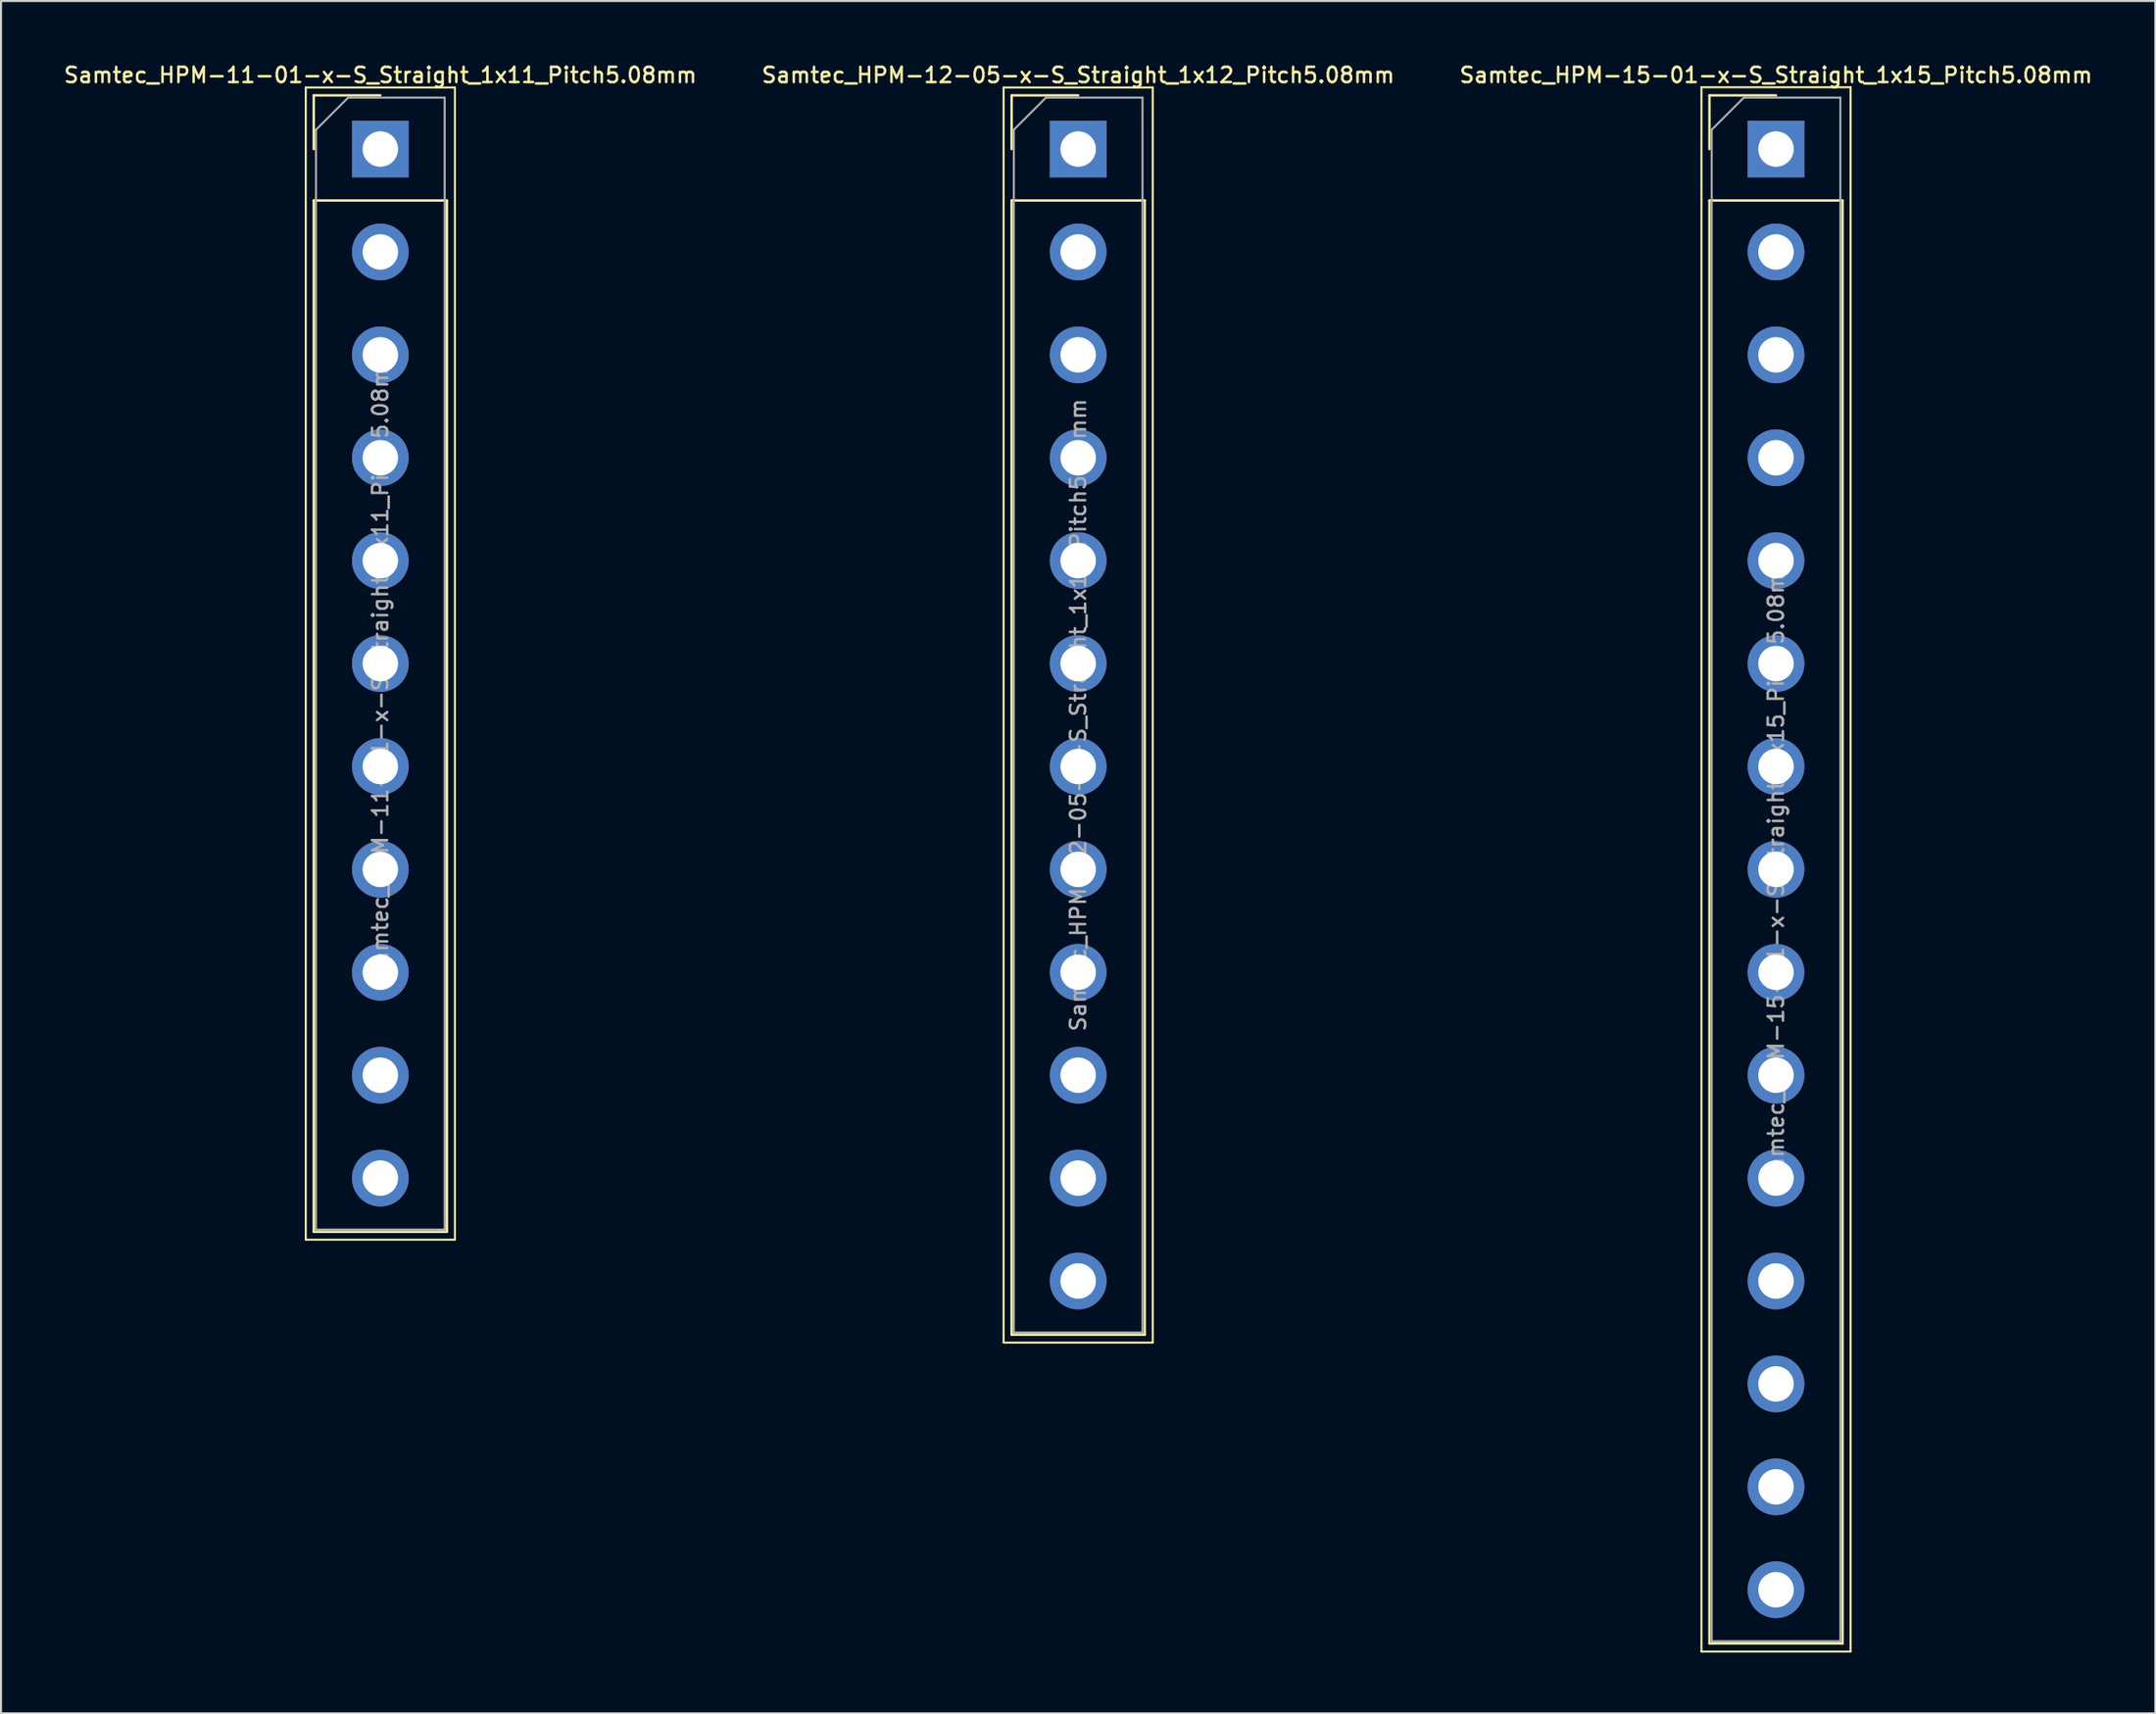
<source format=kicad_pcb>
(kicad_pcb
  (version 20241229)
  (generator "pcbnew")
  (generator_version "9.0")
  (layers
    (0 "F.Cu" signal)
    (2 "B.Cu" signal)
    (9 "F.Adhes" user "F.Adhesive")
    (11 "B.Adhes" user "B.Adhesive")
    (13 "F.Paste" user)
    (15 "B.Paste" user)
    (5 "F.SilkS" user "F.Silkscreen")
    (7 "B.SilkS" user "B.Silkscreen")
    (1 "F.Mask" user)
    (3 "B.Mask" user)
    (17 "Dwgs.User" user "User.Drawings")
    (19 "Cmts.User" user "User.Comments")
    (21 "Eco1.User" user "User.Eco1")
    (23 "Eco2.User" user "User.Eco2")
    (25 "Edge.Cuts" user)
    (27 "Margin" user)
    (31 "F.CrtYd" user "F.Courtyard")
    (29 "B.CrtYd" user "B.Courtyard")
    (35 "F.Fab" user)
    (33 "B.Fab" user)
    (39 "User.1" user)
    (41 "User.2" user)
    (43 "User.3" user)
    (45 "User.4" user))
  (footprint "Samtec_HPM-11-01-x-S_Straight_1x11_Pitch5.08mm"
    (layer "F.Cu")
    (at 15.72 4.308)
    (property "Reference" "Samtec_HPM-11-01-x-S_Straight_1x11_Pitch5.08mm" (at 0 -3.65 0) (layer "F.SilkS") (effects (font (size 0.75 0.75) (thickness 0.125))))
    (attr through_hole)
    (fp_line (start -3.68 -3.04) (end -3.68 53.84) (stroke (width 0.1) (type solid)) (layer "F.SilkS"))
    (fp_line (start -3.68 53.84) (end 3.68 53.84) (stroke (width 0.1) (type solid)) (layer "F.SilkS"))
    (fp_line (start -3.285 -2.65) (end 0 -2.65) (stroke (width 0.12) (type solid)) (layer "F.SilkS"))
    (fp_line (start -3.285 0) (end -3.285 -2.65) (stroke (width 0.12) (type solid)) (layer "F.SilkS"))
    (fp_line (start -3.285 2.54) (end -3.285 53.45) (stroke (width 0.12) (type solid)) (layer "F.SilkS"))
    (fp_line (start -3.285 2.54) (end 3.285 2.54) (stroke (width 0.12) (type solid)) (layer "F.SilkS"))
    (fp_line (start -3.285 53.45) (end 3.285 53.45) (stroke (width 0.12) (type solid)) (layer "F.SilkS"))
    (fp_line (start 3.285 2.54) (end 3.285 53.45) (stroke (width 0.12) (type solid)) (layer "F.SilkS"))
    (fp_line (start 3.68 -3.04) (end -3.68 -3.04) (stroke (width 0.1) (type solid)) (layer "F.SilkS"))
    (fp_line (start 3.68 53.84) (end 3.68 -3.04) (stroke (width 0.1) (type solid)) (layer "F.SilkS"))
    (fp_line (start -3.175 -0.953) (end -1.587 -2.54) (stroke (width 0.1) (type solid)) (layer "F.Fab"))
    (fp_line (start -3.175 53.34) (end -3.175 -0.953) (stroke (width 0.1) (type solid)) (layer "F.Fab"))
    (fp_line (start -1.587 -2.54) (end 3.175 -2.54) (stroke (width 0.1) (type solid)) (layer "F.Fab"))
    (fp_line (start 3.175 -2.54) (end 3.175 53.34) (stroke (width 0.1) (type solid)) (layer "F.Fab"))
    (fp_line (start 3.175 53.34) (end -3.175 53.34) (stroke (width 0.1) (type solid)) (layer "F.Fab"))
    (fp_text user "${REFERENCE}" (at 0 25.4 90) (layer "F.Fab") (effects (font (size 0.75 0.75) (thickness 0.125))))
    (pad "1" thru_hole rect (at 0 0) (size 2.8 2.8) (drill 1.75) (layers "*.Cu" "*.Mask"))
    (pad "2" thru_hole circle (at 0 5.08) (size 2.8 2.8) (drill 1.75) (layers "*.Cu" "*.Mask"))
    (pad "3" thru_hole circle (at 0 10.16) (size 2.8 2.8) (drill 1.75) (layers "*.Cu" "*.Mask"))
    (pad "4" thru_hole circle (at 0 15.24) (size 2.8 2.8) (drill 1.75) (layers "*.Cu" "*.Mask"))
    (pad "5" thru_hole circle (at 0 20.32) (size 2.8 2.8) (drill 1.75) (layers "*.Cu" "*.Mask"))
    (pad "6" thru_hole circle (at 0 25.4) (size 2.8 2.8) (drill 1.75) (layers "*.Cu" "*.Mask"))
    (pad "7" thru_hole circle (at 0 30.48) (size 2.8 2.8) (drill 1.75) (layers "*.Cu" "*.Mask"))
    (pad "8" thru_hole circle (at 0 35.56) (size 2.8 2.8) (drill 1.75) (layers "*.Cu" "*.Mask"))
    (pad "9" thru_hole circle (at 0 40.64) (size 2.8 2.8) (drill 1.75) (layers "*.Cu" "*.Mask"))
    (pad "10" thru_hole circle (at 0 45.72) (size 2.8 2.8) (drill 1.75) (layers "*.Cu" "*.Mask"))
    (pad "11" thru_hole circle (at 0 50.8) (size 2.8 2.8) (drill 1.75) (layers "*.Cu" "*.Mask")))
  (footprint "Samtec_HPM-15-01-x-S_Straight_1x15_Pitch5.08mm"
    (layer "F.Cu")
    (at 84.598 4.308)
    (property "Reference" "Samtec_HPM-15-01-x-S_Straight_1x15_Pitch5.08mm" (at 0 -3.65 0) (layer "F.SilkS") (effects (font (size 0.75 0.75) (thickness 0.125))))
    (attr through_hole)
    (fp_line (start -3.68 -3.05) (end -3.68 74.17) (stroke (width 0.1) (type solid)) (layer "F.SilkS"))
    (fp_line (start -3.68 74.17) (end 3.68 74.17) (stroke (width 0.1) (type solid)) (layer "F.SilkS"))
    (fp_line (start -3.285 -2.65) (end 0 -2.65) (stroke (width 0.12) (type solid)) (layer "F.SilkS"))
    (fp_line (start -3.285 0) (end -3.285 -2.65) (stroke (width 0.12) (type solid)) (layer "F.SilkS"))
    (fp_line (start -3.285 2.54) (end -3.285 73.77) (stroke (width 0.12) (type solid)) (layer "F.SilkS"))
    (fp_line (start -3.285 2.54) (end 3.285 2.54) (stroke (width 0.12) (type solid)) (layer "F.SilkS"))
    (fp_line (start -3.285 73.77) (end 3.285 73.77) (stroke (width 0.12) (type solid)) (layer "F.SilkS"))
    (fp_line (start 3.285 2.54) (end 3.285 73.77) (stroke (width 0.12) (type solid)) (layer "F.SilkS"))
    (fp_line (start 3.68 -3.05) (end -3.68 -3.05) (stroke (width 0.1) (type solid)) (layer "F.SilkS"))
    (fp_line (start 3.68 74.17) (end 3.68 -3.05) (stroke (width 0.1) (type solid)) (layer "F.SilkS"))
    (fp_line (start -3.175 -0.953) (end -1.587 -2.54) (stroke (width 0.1) (type solid)) (layer "F.Fab"))
    (fp_line (start -3.175 73.66) (end -3.175 -0.953) (stroke (width 0.1) (type solid)) (layer "F.Fab"))
    (fp_line (start -1.587 -2.54) (end 3.175 -2.54) (stroke (width 0.1) (type solid)) (layer "F.Fab"))
    (fp_line (start 3.175 -2.54) (end 3.175 73.66) (stroke (width 0.1) (type solid)) (layer "F.Fab"))
    (fp_line (start 3.175 73.66) (end -3.175 73.66) (stroke (width 0.1) (type solid)) (layer "F.Fab"))
    (fp_text user "${REFERENCE}" (at 0 35.56 90) (layer "F.Fab") (effects (font (size 0.75 0.75) (thickness 0.125))))
    (pad "1" thru_hole rect (at 0 0) (size 2.8 2.8) (drill 1.75) (layers "*.Cu" "*.Mask"))
    (pad "2" thru_hole circle (at 0 5.08) (size 2.8 2.8) (drill 1.75) (layers "*.Cu" "*.Mask"))
    (pad "3" thru_hole circle (at 0 10.16) (size 2.8 2.8) (drill 1.75) (layers "*.Cu" "*.Mask"))
    (pad "4" thru_hole circle (at 0 15.24) (size 2.8 2.8) (drill 1.75) (layers "*.Cu" "*.Mask"))
    (pad "5" thru_hole circle (at 0 20.32) (size 2.8 2.8) (drill 1.75) (layers "*.Cu" "*.Mask"))
    (pad "6" thru_hole circle (at 0 25.4) (size 2.8 2.8) (drill 1.75) (layers "*.Cu" "*.Mask"))
    (pad "7" thru_hole circle (at 0 30.48) (size 2.8 2.8) (drill 1.75) (layers "*.Cu" "*.Mask"))
    (pad "8" thru_hole circle (at 0 35.56) (size 2.8 2.8) (drill 1.75) (layers "*.Cu" "*.Mask"))
    (pad "9" thru_hole circle (at 0 40.64) (size 2.8 2.8) (drill 1.75) (layers "*.Cu" "*.Mask"))
    (pad "10" thru_hole circle (at 0 45.72) (size 2.8 2.8) (drill 1.75) (layers "*.Cu" "*.Mask"))
    (pad "11" thru_hole circle (at 0 50.8) (size 2.8 2.8) (drill 1.75) (layers "*.Cu" "*.Mask"))
    (pad "12" thru_hole circle (at 0 55.88) (size 2.8 2.8) (drill 1.75) (layers "*.Cu" "*.Mask"))
    (pad "13" thru_hole circle (at 0 60.96) (size 2.8 2.8) (drill 1.75) (layers "*.Cu" "*.Mask"))
    (pad "14" thru_hole circle (at 0 66.04) (size 2.8 2.8) (drill 1.75) (layers "*.Cu" "*.Mask"))
    (pad "15" thru_hole circle (at 0 71.12) (size 2.8 2.8) (drill 1.75) (layers "*.Cu" "*.Mask")))
  (footprint "Samtec_HPM-12-05-x-S_Straight_1x12_Pitch5.08mm"
    (layer "F.Cu")
    (at 50.159 4.308)
    (property "Reference" "Samtec_HPM-12-05-x-S_Straight_1x12_Pitch5.08mm" (at 0 -3.65 0) (layer "F.SilkS") (effects (font (size 0.75 0.75) (thickness 0.125))))
    (attr through_hole)
    (fp_line (start -3.68 -3.04) (end -3.68 58.92) (stroke (width 0.1) (type solid)) (layer "F.SilkS"))
    (fp_line (start -3.68 58.92) (end 3.68 58.92) (stroke (width 0.1) (type solid)) (layer "F.SilkS"))
    (fp_line (start -3.285 -2.65) (end 0 -2.65) (stroke (width 0.12) (type solid)) (layer "F.SilkS"))
    (fp_line (start -3.285 0) (end -3.285 -2.65) (stroke (width 0.12) (type solid)) (layer "F.SilkS"))
    (fp_line (start -3.285 2.54) (end -3.285 58.53) (stroke (width 0.12) (type solid)) (layer "F.SilkS"))
    (fp_line (start -3.285 2.54) (end 3.285 2.54) (stroke (width 0.12) (type solid)) (layer "F.SilkS"))
    (fp_line (start -3.285 58.53) (end 3.285 58.53) (stroke (width 0.12) (type solid)) (layer "F.SilkS"))
    (fp_line (start 3.285 2.54) (end 3.285 58.53) (stroke (width 0.12) (type solid)) (layer "F.SilkS"))
    (fp_line (start 3.68 -3.04) (end -3.68 -3.04) (stroke (width 0.1) (type solid)) (layer "F.SilkS"))
    (fp_line (start 3.68 58.92) (end 3.68 -3.04) (stroke (width 0.1) (type solid)) (layer "F.SilkS"))
    (fp_line (start -3.175 -0.953) (end -1.587 -2.54) (stroke (width 0.1) (type solid)) (layer "F.Fab"))
    (fp_line (start -3.175 58.42) (end -3.175 -0.953) (stroke (width 0.1) (type solid)) (layer "F.Fab"))
    (fp_line (start -1.587 -2.54) (end 3.175 -2.54) (stroke (width 0.1) (type solid)) (layer "F.Fab"))
    (fp_line (start 3.175 -2.54) (end 3.175 58.42) (stroke (width 0.1) (type solid)) (layer "F.Fab"))
    (fp_line (start 3.175 58.42) (end -3.175 58.42) (stroke (width 0.1) (type solid)) (layer "F.Fab"))
    (fp_text user "${REFERENCE}" (at 0 27.94 90) (layer "F.Fab") (effects (font (size 0.75 0.75) (thickness 0.125))))
    (pad "1" thru_hole rect (at 0 0) (size 2.8 2.8) (drill 1.75) (layers "*.Cu" "*.Mask"))
    (pad "2" thru_hole circle (at 0 5.08) (size 2.8 2.8) (drill 1.75) (layers "*.Cu" "*.Mask"))
    (pad "3" thru_hole circle (at 0 10.16) (size 2.8 2.8) (drill 1.75) (layers "*.Cu" "*.Mask"))
    (pad "4" thru_hole circle (at 0 15.24) (size 2.8 2.8) (drill 1.75) (layers "*.Cu" "*.Mask"))
    (pad "5" thru_hole circle (at 0 20.32) (size 2.8 2.8) (drill 1.75) (layers "*.Cu" "*.Mask"))
    (pad "6" thru_hole circle (at 0 25.4) (size 2.8 2.8) (drill 1.75) (layers "*.Cu" "*.Mask"))
    (pad "7" thru_hole circle (at 0 30.48) (size 2.8 2.8) (drill 1.75) (layers "*.Cu" "*.Mask"))
    (pad "8" thru_hole circle (at 0 35.56) (size 2.8 2.8) (drill 1.75) (layers "*.Cu" "*.Mask"))
    (pad "9" thru_hole circle (at 0 40.64) (size 2.8 2.8) (drill 1.75) (layers "*.Cu" "*.Mask"))
    (pad "10" thru_hole circle (at 0 45.72) (size 2.8 2.8) (drill 1.75) (layers "*.Cu" "*.Mask"))
    (pad "11" thru_hole circle (at 0 50.8) (size 2.8 2.8) (drill 1.75) (layers "*.Cu" "*.Mask"))
    (pad "12" thru_hole circle (at 0 55.88) (size 2.8 2.8) (drill 1.75) (layers "*.Cu" "*.Mask")))
  (gr_rect
    (start -3 -3)
    (end 103.318 81.528)
    (stroke (width 0.1) (type default))
    (fill no)
    (layer "Edge.Cuts")))
</source>
